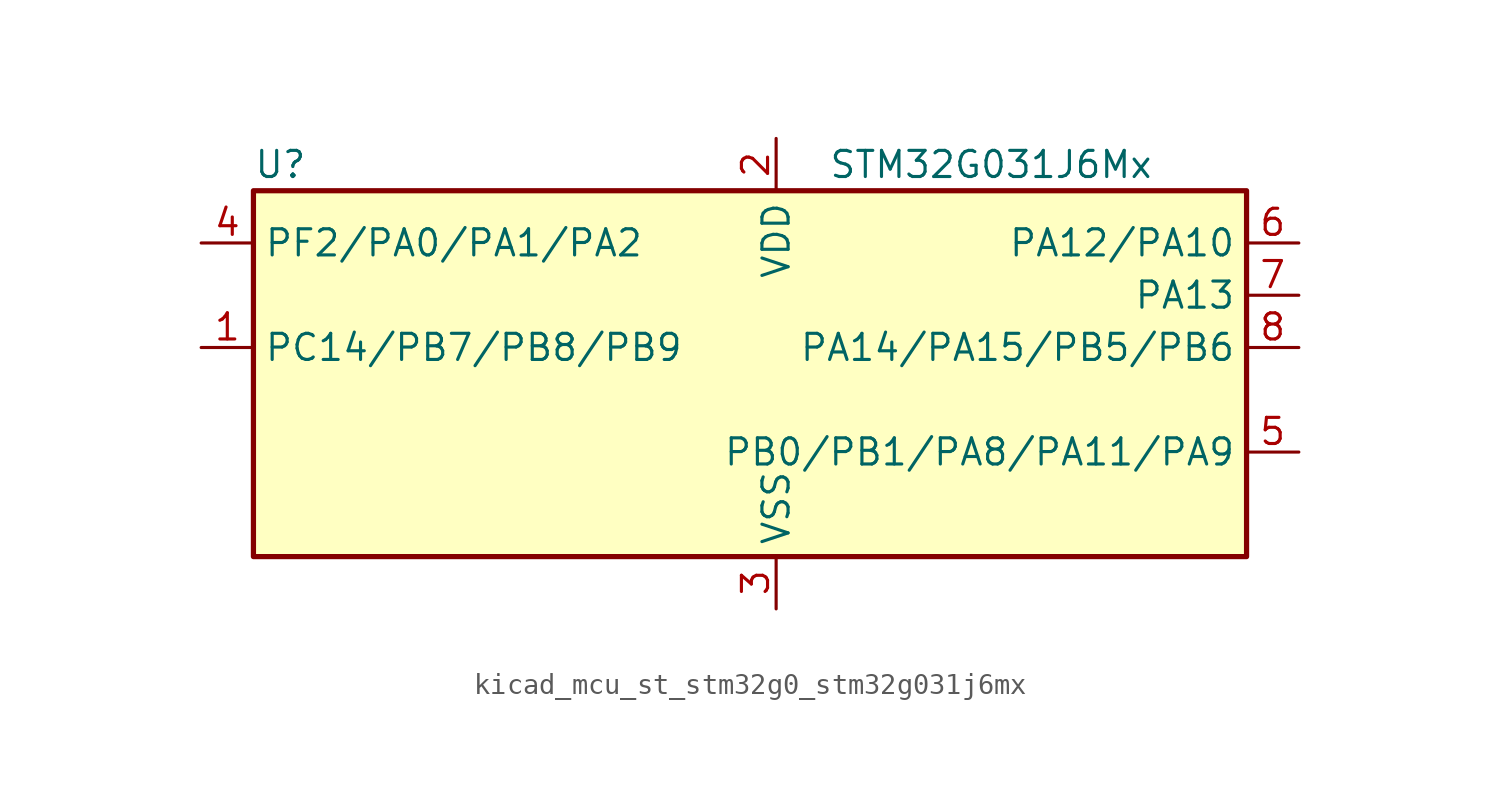
<source format=kicad_sym>
(kicad_symbol_lib
  (version 20220914)
  (generator kicad_symbol_editor)
  (symbol "kicad_mcu_st_stm32g0_stm32g031j6mx"
    (property "Reference" "U"
      (at -22.86 11.43 0)
      (effects (font (size 1.27 1.27)) (justify left)))
    (property "Value" "STM32G031J6Mx"
      (at 5.08 11.43 0)
      (effects (font (size 1.27 1.27)) (justify left)))
    (property "ki_locked" ""
      (at 0 0 0)
      (effects (font (size 1.27 1.27))))
    (symbol "kicad_mcu_st_stm32g0_stm32g031j6mx_0_1"
      (rectangle (start -22.86 -7.62) (end 25.4 10.16) (stroke (width 0.254) (type default)) (fill (type background))))
    (symbol "kicad_mcu_st_stm32g0_stm32g031j6mx_1_1"
      (pin bidirectional line (at -25.4 2.54 0) (length 2.54) (name "PC14/PB7/PB8/PB9" (effects (font (size 1.27 1.27)))) (number "1" (effects (font (size 1.27 1.27)))) (alternate "RCC_OSC32_IN" bidirectional line) (alternate "RCC_OSC_IN" bidirectional line) (alternate "TIM1_BK2" bidirectional line))
      (pin power_in line (at 2.54 12.7 270) (length 2.54) (name "VDD" (effects (font (size 1.27 1.27)))) (number "2" (effects (font (size 1.27 1.27)))))
      (pin power_in line (at 2.54 -10.16 90) (length 2.54) (name "VSS" (effects (font (size 1.27 1.27)))) (number "3" (effects (font (size 1.27 1.27)))))
      (pin bidirectional line (at -25.4 7.62 0) (length 2.54) (name "PF2/PA0/PA1/PA2" (effects (font (size 1.27 1.27)))) (number "4" (effects (font (size 1.27 1.27)))) (alternate "RCC_MCO" bidirectional line))
      (pin bidirectional line (at 27.94 -2.54 180) (length 2.54) (name "PB0/PB1/PA8/PA11/PA9" (effects (font (size 1.27 1.27)))) (number "5" (effects (font (size 1.27 1.27)))) (alternate "ADC1_IN8" bidirectional line) (alternate "I2S1_WS" bidirectional line) (alternate "LPTIM1_OUT" bidirectional line) (alternate "SPI1_NSS" bidirectional line) (alternate "TIM1_CH2N" bidirectional line) (alternate "TIM3_CH3" bidirectional line))
      (pin bidirectional line (at 27.94 7.62 180) (length 2.54) (name "PA12/PA10" (effects (font (size 1.27 1.27)))) (number "6" (effects (font (size 1.27 1.27)))) (alternate "ADC1_IN16" bidirectional line) (alternate "I2C2_SDA" bidirectional line) (alternate "I2S1_SD" bidirectional line) (alternate "I2S_CKIN" bidirectional line) (alternate "SPI1_MOSI" bidirectional line) (alternate "TIM1_ETR" bidirectional line) (alternate "USART1_CK" bidirectional line) (alternate "USART1_DE" bidirectional line) (alternate "USART1_RTS" bidirectional line))
      (pin bidirectional line (at 27.94 5.08 180) (length 2.54) (name "PA13" (effects (font (size 1.27 1.27)))) (number "7" (effects (font (size 1.27 1.27)))) (alternate "ADC1_IN17" bidirectional line) (alternate "IR_OUT" bidirectional line) (alternate "SYS_SWDIO" bidirectional line))
      (pin bidirectional line (at 27.94 2.54 180) (length 2.54) (name "PA14/PA15/PB5/PB6" (effects (font (size 1.27 1.27)))) (number "8" (effects (font (size 1.27 1.27)))) (alternate "ADC1_IN18" bidirectional line) (alternate "SYS_SWCLK" bidirectional line) (alternate "USART2_TX" bidirectional line)))))
</source>
